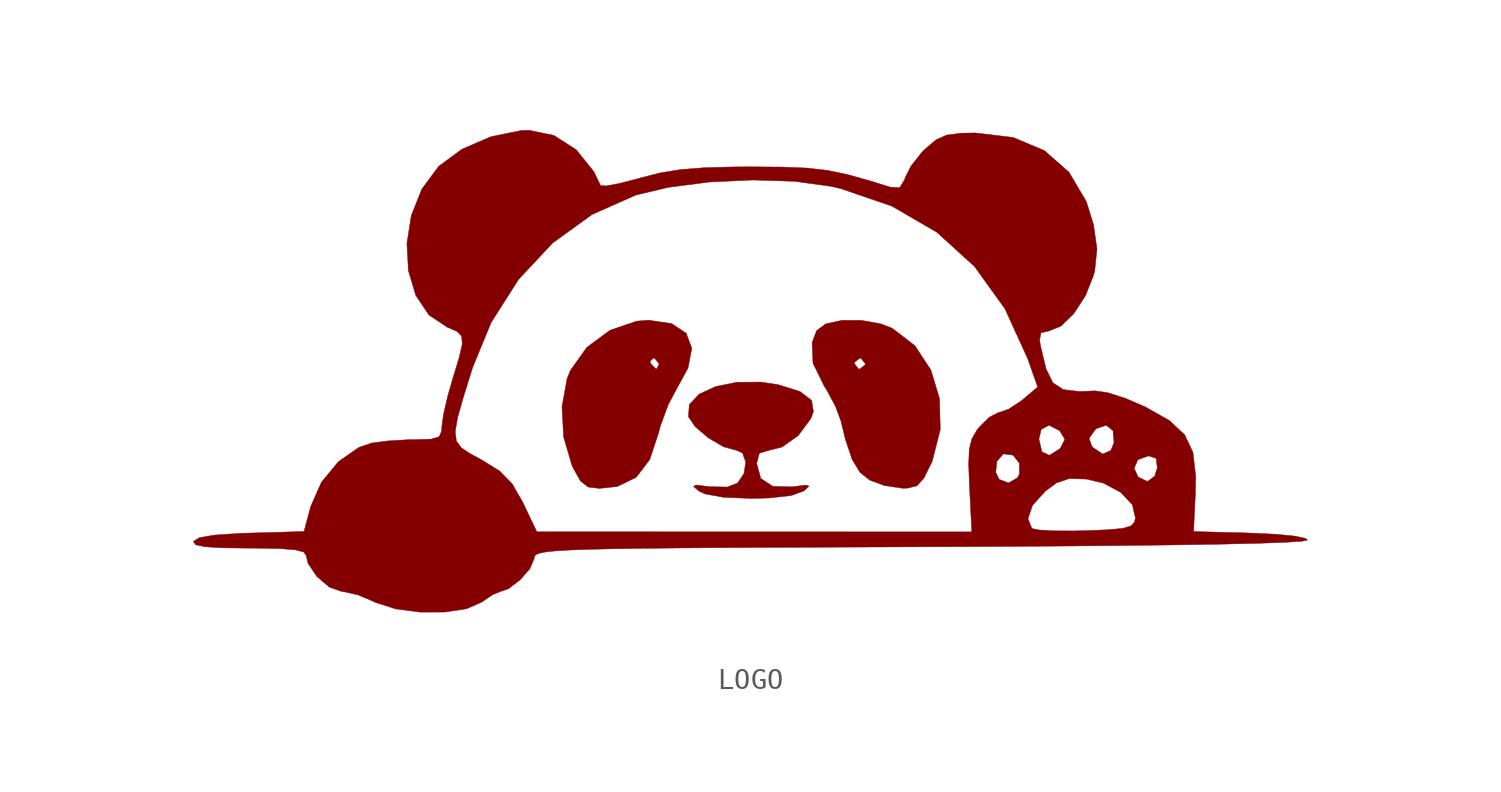
<source format=kicad_sym>
(kicad_symbol_lib
  (version 20220914)
  (generator "bitmap2component")
  (generator_version "9.0")
  (symbol "LOGO"
    (pin_names
      (offset 1.016))
    (property "Reference" "#G"
      (at 0 30.586 0)
      (effects (font (size 1.27 1.27)) hide))
    (symbol "LOGO_0_0"
      (polyline (pts (xy -14.938 -14.229) (xy -13.875 -14.068) (xy -13.139 -13.745) (xy -13.135 -13.741) (xy -12.6 -13.379) (xy -12.231 -13.229) (xy -11.829 -13.09) (xy -11.263 -12.656) (xy -10.785 -12.107) (xy -10.583 -11.624) (xy -10.583 -11.598) (xy -10.561 -11.504) (xy -10.479 -11.423) (xy -10.303 -11.353) (xy -9.995 -11.295) (xy -9.519 -11.245) (xy -8.84 -11.205) (xy -7.92 -11.171) (xy -6.725 -11.144) (xy -5.218 -11.122) (xy -3.362 -11.103) (xy -1.122 -11.088) (xy 1.539 -11.074) (xy 4.657 -11.062) (xy 8.268 -11.048) (xy 10.725 -11.038) (xy 14.516 -11.016) (xy 17.822 -10.989) (xy 20.637 -10.956) (xy 22.954 -10.918) (xy 24.767 -10.875) (xy 26.07 -10.827) (xy 26.856 -10.774) (xy 27.12 -10.716) (xy 27.023 -10.638) (xy 26.491 -10.524) (xy 25.569 -10.434) (xy 24.342 -10.377) (xy 21.564 -10.303) (xy 21.65 -8.486) (xy 21.668 -7.603) (xy 21.534 -6.447) (xy 21.131 -5.588) (xy 20.382 -4.892) (xy 19.212 -4.228) (xy 18.265 -3.819) (xy 17.379 -3.534) (xy 16.762 -3.445) (xy 16.018 -3.477) (xy 15.216 -3.387) (xy 14.704 -3.049) (xy 14.371 -2.37) (xy 14.103 -1.257) (xy 14.058 -0.986) (xy 14.122 -0.618) (xy 14.495 -0.529) (xy 14.498 -0.529) (xy 15.096 -0.293) (xy 15.73 0.325) (xy 16.295 1.196) (xy 16.689 2.193) (xy 16.748 2.429) (xy 16.855 3.468) (xy 16.689 4.645) (xy 16.336 5.782) (xy 15.488 7.219) (xy 14.29 8.268) (xy 12.763 8.91) (xy 10.931 9.128) (xy 10.247 9.116) (xy 9.527 9.025) (xy 9.003 8.788) (xy 8.474 8.342) (xy 8.309 8.174) (xy 7.785 7.509) (xy 7.497 6.931) (xy 7.473 6.843) (xy 7.237 6.458) (xy 6.779 6.485) (xy 5.8 6.79) (xy 4.683 7.103) (xy 3.714 7.304) (xy 2.723 7.416) (xy 1.542 7.465) (xy 0 7.476) (xy -0.776 7.473) (xy -2.278 7.434) (xy -3.457 7.34) (xy -4.457 7.177) (xy -5.424 6.929) (xy -5.556 6.89) (xy -6.439 6.661) (xy -7.079 6.544) (xy -7.346 6.564) (xy -7.668 7.238) (xy -8.53 8.309) (xy -9.621 9.009) (xy -10.84 9.26) (xy -11.223 9.245) (xy -12.691 8.945) (xy -14.104 8.335) (xy -15.231 7.505) (xy -15.242 7.495) (xy -16.057 6.392) (xy -16.569 5.106) (xy -16.785 3.742) (xy -16.711 2.408) (xy -16.352 1.21) (xy -15.714 0.255) (xy -14.804 -0.35) (xy -14.778 -0.36) (xy -14.346 -0.546) (xy -14.119 -0.774) (xy -14.086 -1.16) (xy -14.236 -1.819) (xy -14.556 -2.868) (xy -14.8 -3.722) (xy -15.003 -4.601) (xy -15.081 -5.183) (xy -15.091 -5.405) (xy -15.103 -5.432) (xy -14.431 -5.432) (xy -14.313 -4.745) (xy -14.028 -3.737) (xy -13.584 -2.315) (xy -12.676 -0.107) (xy -11.34 1.99) (xy -9.679 3.765) (xy -7.753 5.156) (xy -5.62 6.101) (xy -4.043 6.476) (xy -2.046 6.734) (xy 0.073 6.834) (xy 2.115 6.769) (xy 3.878 6.527) (xy 4.342 6.421) (xy 6.86 5.559) (xy 9.045 4.288) (xy 10.884 2.619) (xy 12.365 0.562) (xy 13.476 -1.87) (xy 13.965 -3.258) (xy 13.228 -3.878) (xy 13.148 -3.943) (xy 12.549 -4.337) (xy 12.086 -4.498) (xy 12.048 -4.501) (xy 11.601 -4.733) (xy 11.104 -5.226) (xy 11.006 -5.353) (xy 10.759 -5.774) (xy 10.754 -5.792) (xy 14.023 -5.792) (xy 14.137 -5.327) (xy 14.516 -5.12) (xy 15.018 -5.379) (xy 15.057 -5.42) (xy 15.261 -5.76) (xy 16.469 -5.76) (xy 16.756 -5.356) (xy 16.839 -5.28) (xy 17.308 -5.122) (xy 17.637 -5.383) (xy 17.686 -5.969) (xy 17.531 -6.351) (xy 17.139 -6.527) (xy 16.665 -6.213) (xy 16.6 -6.132) (xy 16.469 -5.76) (xy 15.261 -5.76) (xy 15.289 -5.808) (xy 15.092 -6.204) (xy 15.029 -6.277) (xy 14.536 -6.589) (xy 14.168 -6.414) (xy 14.023 -5.792) (xy 10.754 -5.792) (xy 10.631 -6.28) (xy 10.599 -7.018) (xy 10.614 -7.417) (xy 11.919 -7.417) (xy 11.974 -6.881) (xy 12.284 -6.526) (xy 12.303 -6.519) (xy 12.767 -6.581) (xy 13.074 -6.974) (xy 13.074 -7.223) (xy 18.667 -7.223) (xy 18.849 -6.8) (xy 19.361 -6.615) (xy 19.736 -6.732) (xy 19.796 -7.189) (xy 19.669 -7.602) (xy 19.318 -7.864) (xy 18.862 -7.644) (xy 18.667 -7.223) (xy 13.074 -7.223) (xy 13.073 -7.507) (xy 12.979 -7.68) (xy 12.55 -7.933) (xy 12.083 -7.761) (xy 11.919 -7.417) (xy 10.614 -7.417) (xy 10.641 -8.136) (xy 10.72 -9.68) (xy 13.49 -9.68) (xy 13.71 -9.03) (xy 14.341 -8.33) (xy 14.882 -7.931) (xy 15.505 -7.719) (xy 16.342 -7.746) (xy 17.174 -7.944) (xy 18.02 -8.399) (xy 18.579 -8.998) (xy 18.73 -9.648) (xy 18.682 -9.841) (xy 18.508 -10.031) (xy 18.114 -10.147) (xy 17.4 -10.216) (xy 16.259 -10.262) (xy 15.738 -10.274) (xy 14.74 -10.268) (xy 14.01 -10.226) (xy 13.679 -10.152) (xy 13.49 -9.68) (xy 10.72 -9.68) (xy 10.753 -10.319) (xy 0.151 -10.318) (xy -10.451 -10.317) (xy -11.113 -8.929) (xy -11.142 -8.868) (xy -11.652 -7.978) (xy -12.264 -7.354) (xy -13.178 -6.788) (xy -13.7 -6.507) (xy -14.133 -6.22) (xy -14.374 -5.892) (xy -14.431 -5.432) (xy -15.103 -5.432) (xy -15.216 -5.681) (xy -15.598 -5.797) (xy -16.371 -5.821) (xy -16.72 -5.826) (xy -17.71 -5.886) (xy -18.508 -5.99) (xy -19.129 -6.202) (xy -20.127 -6.899) (xy -20.952 -7.902) (xy -21.473 -9.074) (xy -21.801 -10.301) (xy -24.439 -10.376) (xy -24.934 -10.393) (xy -26.16 -10.475) (xy -26.901 -10.602) (xy -27.186 -10.782) (xy -27.191 -10.797) (xy -27.083 -10.947) (xy -26.641 -11.044) (xy -25.8 -11.097) (xy -24.496 -11.113) (xy -24.147 -11.113) (xy -22.96 -11.136) (xy -22.206 -11.197) (xy -21.811 -11.306) (xy -21.696 -11.474) (xy -21.606 -11.853) (xy -21.178 -12.492) (xy -20.566 -13.013) (xy -19.956 -13.229) (xy -19.884 -13.232) (xy -19.184 -13.387) (xy -18.416 -13.71) (xy -18.315 -13.761) (xy -17.335 -14.075) (xy -16.15 -14.232) (xy -14.938 -14.229)) (stroke (width 0.01) (type default)) (fill (type outline)))
      (polyline (pts (xy 0.845 -8.67) (xy 1.939 -8.55) (xy 2.558 -8.326) (xy 2.595 -8.297) (xy 2.819 -8.088) (xy 2.661 -8.038) (xy 2.053 -8.116) (xy 2.007 -8.123) (xy 1.052 -8.101) (xy 0.465 -7.715) (xy 0.265 -6.979) (xy 0.393 -6.487) (xy 0.86 -6.344) (xy 1.498 -6.186) (xy 2.287 -5.63) (xy 2.905 -4.798) (xy 3.032 -4.461) (xy 2.942 -3.909) (xy 2.38 -3.479) (xy 1.32 -3.145) (xy 0.473 -3.016) (xy -0.698 -3.026) (xy -1.736 -3.235) (xy -2.541 -3.606) (xy -3.016 -4.106) (xy -3.063 -4.7) (xy -2.742 -5.181) (xy -2.097 -5.734) (xy -1.346 -6.172) (xy -0.696 -6.35) (xy -0.422 -6.477) (xy -0.269 -6.913) (xy -0.348 -7.468) (xy -0.664 -7.939) (xy -1.169 -8.134) (xy -2.053 -8.116) (xy -2.13 -8.104) (xy -2.693 -8.036) (xy -2.813 -8.101) (xy -2.558 -8.326) (xy -2.256 -8.469) (xy -1.353 -8.633) (xy 0 -8.69) (xy 0.845 -8.67)) (stroke (width 0.01) (type default)) (fill (type outline)))
      (polyline (pts (xy -6.527 -8.108) (xy -5.604 -7.657) (xy -4.947 -6.795) (xy -4.511 -5.476) (xy -4.431 -5.163) (xy -4.047 -4.121) (xy -3.572 -3.231) (xy -3.08 -2.328) (xy -2.897 -1.372) (xy -3.169 -0.638) (xy -3.879 -0.166) (xy -5.006 0) (xy -5.577 -0.046) (xy -6.884 -0.489) (xy -8.014 -1.324) (xy -8.504 -2.014) (xy -4.936 -2.014) (xy -4.778 -1.852) (xy -4.701 -1.862) (xy -4.498 -2.117) (xy -4.501 -2.176) (xy -4.615 -2.381) (xy -4.657 -2.369) (xy -4.895 -2.117) (xy -4.936 -2.014) (xy -8.504 -2.014) (xy -8.819 -2.457) (xy -8.979 -2.857) (xy -9.225 -4.223) (xy -9.144 -5.703) (xy -8.738 -7.078) (xy -8.686 -7.192) (xy -8.326 -7.841) (xy -7.95 -8.134) (xy -7.404 -8.202) (xy -6.527 -8.108)) (stroke (width 0.01) (type default)) (fill (type outline)))
      (polyline (pts (xy 7.637 -8.187) (xy 8.083 -8.071) (xy 8.413 -7.709) (xy 8.775 -6.974) (xy 8.831 -6.843) (xy 9.215 -5.336) (xy 9.18 -3.827) (xy 8.757 -2.427) (xy 7.98 -1.246) (xy 6.879 -0.397) (xy 6.311 -0.176) (xy 5.361 -0.007) (xy 4.411 -0.009) (xy 3.629 -0.179) (xy 3.184 -0.512) (xy 2.969 -1.092) (xy 3.012 -2.101) (xy 3.02 -2.117) (xy 5.027 -2.117) (xy 5.035 -2.053) (xy 5.292 -1.852) (xy 5.355 -1.86) (xy 5.556 -2.117) (xy 5.548 -2.18) (xy 5.292 -2.381) (xy 5.228 -2.373) (xy 5.027 -2.117) (xy 3.02 -2.117) (xy 3.558 -3.212) (xy 3.678 -3.396) (xy 4.114 -4.213) (xy 4.376 -4.927) (xy 4.594 -5.822) (xy 4.923 -6.794) (xy 5.299 -7.416) (xy 5.776 -7.797) (xy 6.496 -8.062) (xy 7.357 -8.191) (xy 7.637 -8.187)) (stroke (width 0.01) (type default)) (fill (type outline))))))
</source>
